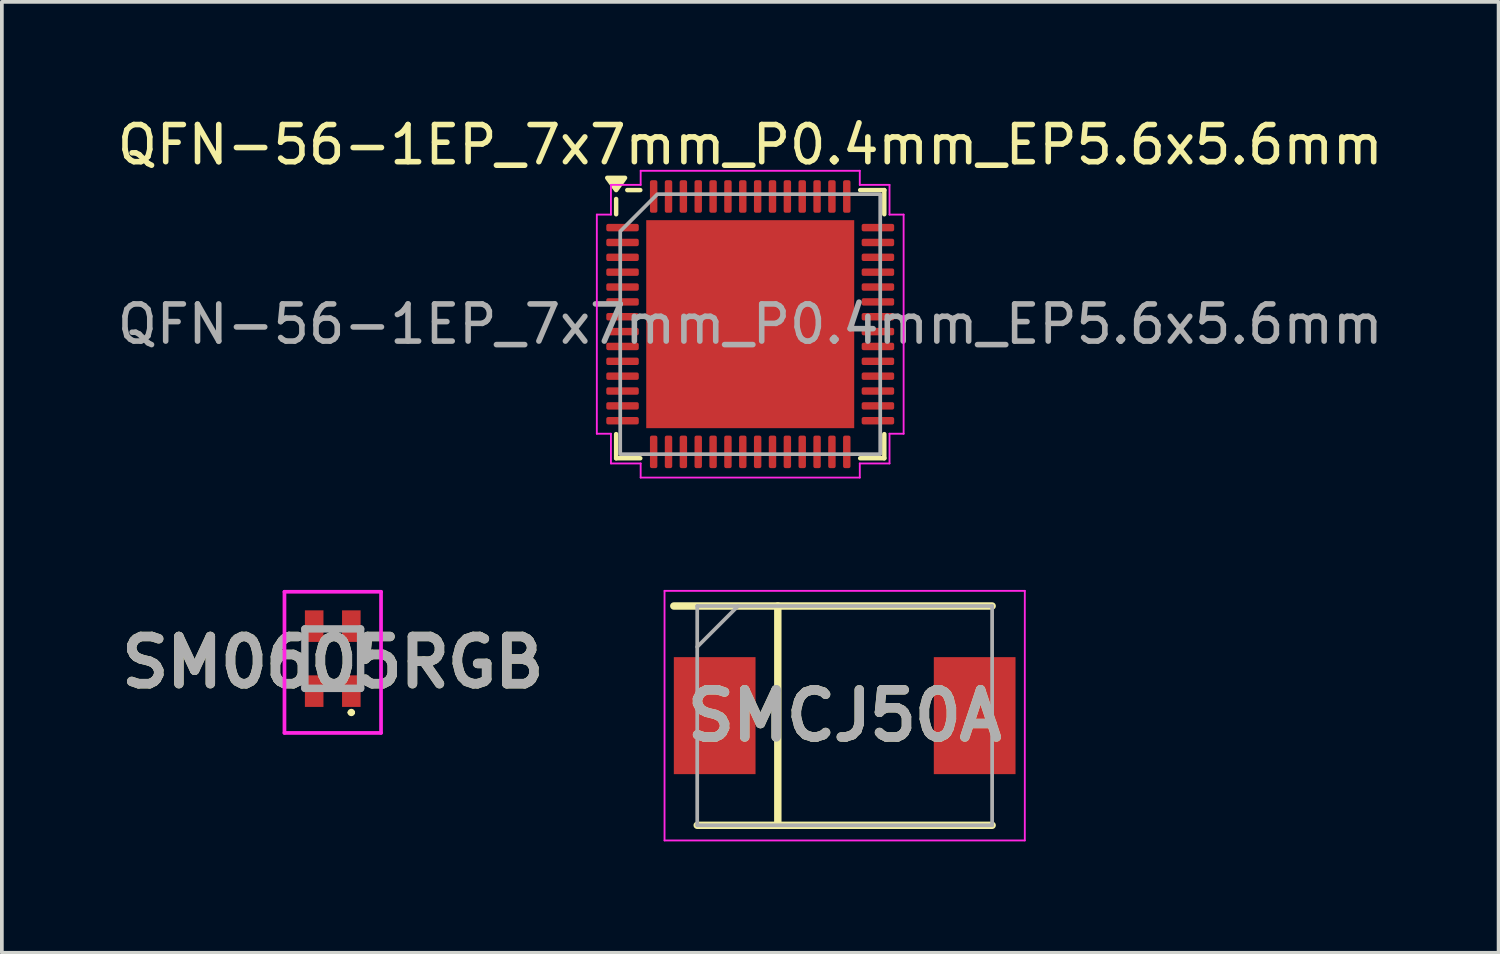
<source format=kicad_pcb>
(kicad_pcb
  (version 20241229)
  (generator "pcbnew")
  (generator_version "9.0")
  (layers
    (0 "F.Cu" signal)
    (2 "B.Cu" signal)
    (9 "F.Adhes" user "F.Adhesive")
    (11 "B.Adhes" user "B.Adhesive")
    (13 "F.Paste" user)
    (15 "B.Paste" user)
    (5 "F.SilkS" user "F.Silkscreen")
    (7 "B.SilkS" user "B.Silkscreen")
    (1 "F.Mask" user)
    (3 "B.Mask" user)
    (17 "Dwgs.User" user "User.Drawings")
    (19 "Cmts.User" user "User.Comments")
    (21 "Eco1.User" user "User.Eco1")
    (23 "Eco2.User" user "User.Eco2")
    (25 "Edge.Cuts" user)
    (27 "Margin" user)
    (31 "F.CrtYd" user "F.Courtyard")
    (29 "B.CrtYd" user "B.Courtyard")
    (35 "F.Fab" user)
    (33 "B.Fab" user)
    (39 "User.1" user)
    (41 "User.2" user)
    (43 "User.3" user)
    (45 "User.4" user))
  (footprint "SMCJ50A"
    (layer "F.Cu")
    (at 19.692 16.218)
    (property "Reference" "SMCJ50A" (at 0 0 0) (layer "F.SilkS") (effects (font (size 1.27 1.27) (thickness 0.254))))
    (attr smd)
    (fp_line (start -3.97 2.952) (end 3.97 2.952) (stroke (width 0.2) (type solid)) (layer "F.SilkS"))
    (fp_line (start -1.8 -2.952) (end -1.8 2.952) (stroke (width 0.2) (type solid)) (layer "F.SilkS"))
    (fp_line (start 3.97 -2.952) (end -4.6 -2.952) (stroke (width 0.2) (type solid)) (layer "F.SilkS"))
    (fp_line (start -4.85 -3.36) (end 4.85 -3.36) (stroke (width 0.05) (type solid)) (layer "F.CrtYd"))
    (fp_line (start -4.85 3.36) (end -4.85 -3.36) (stroke (width 0.05) (type solid)) (layer "F.CrtYd"))
    (fp_line (start 4.85 -3.36) (end 4.85 3.36) (stroke (width 0.05) (type solid)) (layer "F.CrtYd"))
    (fp_line (start 4.85 3.36) (end -4.85 3.36) (stroke (width 0.05) (type solid)) (layer "F.CrtYd"))
    (fp_line (start -3.97 -2.952) (end 3.97 -2.952) (stroke (width 0.1) (type solid)) (layer "F.Fab"))
    (fp_line (start -3.97 -1.852) (end -2.87 -2.952) (stroke (width 0.1) (type solid)) (layer "F.Fab"))
    (fp_line (start -3.97 2.952) (end -3.97 -2.952) (stroke (width 0.1) (type solid)) (layer "F.Fab"))
    (fp_line (start 3.97 -2.952) (end 3.97 2.952) (stroke (width 0.1) (type solid)) (layer "F.Fab"))
    (fp_line (start 3.97 2.952) (end -3.97 2.952) (stroke (width 0.1) (type solid)) (layer "F.Fab"))
    (fp_text user "${REFERENCE}" (at 0 0 0) (layer "F.Fab") (effects (font (size 1.27 1.27) (thickness 0.254))))
    (pad "1" smd rect (at -3.5 0) (size 2.2 3.15) (layers "F.Cu" "F.Mask" "F.Paste"))
    (pad "2" smd rect (at 3.5 0) (size 2.2 3.15) (layers "F.Cu" "F.Mask" "F.Paste")))
  (footprint "QFN-56-1EP_7x7mm_P0.4mm_EP5.6x5.6mm"
    (layer "F.Cu")
    (at 17.149 5.678)
    (property "Reference" "QFN-56-1EP_7x7mm_P0.4mm_EP5.6x5.6mm" (at 0 -4.83 0) (layer "F.SilkS") (effects (font (size 1 1) (thickness 0.15))))
    (attr smd)
    (fp_line (start -3.61 -2.96) (end -3.61 -3.37) (stroke (width 0.12) (type solid)) (layer "F.SilkS"))
    (fp_line (start -3.61 3.61) (end -3.61 2.96) (stroke (width 0.12) (type solid)) (layer "F.SilkS"))
    (fp_line (start -2.96 -3.61) (end -3.31 -3.61) (stroke (width 0.12) (type solid)) (layer "F.SilkS"))
    (fp_line (start -2.96 3.61) (end -3.61 3.61) (stroke (width 0.12) (type solid)) (layer "F.SilkS"))
    (fp_line (start 2.96 -3.61) (end 3.61 -3.61) (stroke (width 0.12) (type solid)) (layer "F.SilkS"))
    (fp_line (start 2.96 3.61) (end 3.61 3.61) (stroke (width 0.12) (type solid)) (layer "F.SilkS"))
    (fp_line (start 3.61 -3.61) (end 3.61 -2.96) (stroke (width 0.12) (type solid)) (layer "F.SilkS"))
    (fp_line (start 3.61 3.61) (end 3.61 2.96) (stroke (width 0.12) (type solid)) (layer "F.SilkS"))
    (fp_poly (pts (xy -3.61 -3.61) (xy -3.85 -3.94) (xy -3.37 -3.94)) (stroke (width 0.12) (type solid)) (fill yes) (layer "F.SilkS"))
    (fp_line (start -4.13 -2.95) (end -3.75 -2.95) (stroke (width 0.05) (type solid)) (layer "F.CrtYd"))
    (fp_line (start -4.13 2.95) (end -4.13 -2.95) (stroke (width 0.05) (type solid)) (layer "F.CrtYd"))
    (fp_line (start -3.75 -3.75) (end -2.95 -3.75) (stroke (width 0.05) (type solid)) (layer "F.CrtYd"))
    (fp_line (start -3.75 -2.95) (end -3.75 -3.75) (stroke (width 0.05) (type solid)) (layer "F.CrtYd"))
    (fp_line (start -3.75 2.95) (end -4.13 2.95) (stroke (width 0.05) (type solid)) (layer "F.CrtYd"))
    (fp_line (start -3.75 3.75) (end -3.75 2.95) (stroke (width 0.05) (type solid)) (layer "F.CrtYd"))
    (fp_line (start -2.95 -4.13) (end 2.95 -4.13) (stroke (width 0.05) (type solid)) (layer "F.CrtYd"))
    (fp_line (start -2.95 -3.75) (end -2.95 -4.13) (stroke (width 0.05) (type solid)) (layer "F.CrtYd"))
    (fp_line (start -2.95 3.75) (end -3.75 3.75) (stroke (width 0.05) (type solid)) (layer "F.CrtYd"))
    (fp_line (start -2.95 4.13) (end -2.95 3.75) (stroke (width 0.05) (type solid)) (layer "F.CrtYd"))
    (fp_line (start 2.95 -4.13) (end 2.95 -3.75) (stroke (width 0.05) (type solid)) (layer "F.CrtYd"))
    (fp_line (start 2.95 -3.75) (end 3.75 -3.75) (stroke (width 0.05) (type solid)) (layer "F.CrtYd"))
    (fp_line (start 2.95 3.75) (end 2.95 4.13) (stroke (width 0.05) (type solid)) (layer "F.CrtYd"))
    (fp_line (start 2.95 4.13) (end -2.95 4.13) (stroke (width 0.05) (type solid)) (layer "F.CrtYd"))
    (fp_line (start 3.75 -3.75) (end 3.75 -2.95) (stroke (width 0.05) (type solid)) (layer "F.CrtYd"))
    (fp_line (start 3.75 -2.95) (end 4.13 -2.95) (stroke (width 0.05) (type solid)) (layer "F.CrtYd"))
    (fp_line (start 3.75 2.95) (end 3.75 3.75) (stroke (width 0.05) (type solid)) (layer "F.CrtYd"))
    (fp_line (start 3.75 3.75) (end 2.95 3.75) (stroke (width 0.05) (type solid)) (layer "F.CrtYd"))
    (fp_line (start 4.13 -2.95) (end 4.13 2.95) (stroke (width 0.05) (type solid)) (layer "F.CrtYd"))
    (fp_line (start 4.13 2.95) (end 3.75 2.95) (stroke (width 0.05) (type solid)) (layer "F.CrtYd"))
    (fp_poly (pts (xy -3.5 -2.5) (xy -3.5 3.5) (xy 3.5 3.5) (xy 3.5 -3.5) (xy -2.5 -3.5)) (stroke (width 0.1) (type solid)) (fill no) (layer "F.Fab"))
    (fp_text user "${REFERENCE}" (at 0 0 0) (layer "F.Fab") (effects (font (size 1 1) (thickness 0.15))))
    (pad "" smd roundrect (at -2.1 -2.1) (size 1.13 1.13) (layers "F.Paste") (roundrect_rratio 0.221))
    (pad "" smd roundrect (at -2.1 -0.7) (size 1.13 1.13) (layers "F.Paste") (roundrect_rratio 0.221))
    (pad "" smd roundrect (at -2.1 0.7) (size 1.13 1.13) (layers "F.Paste") (roundrect_rratio 0.221))
    (pad "" smd roundrect (at -2.1 2.1) (size 1.13 1.13) (layers "F.Paste") (roundrect_rratio 0.221))
    (pad "" smd roundrect (at -0.7 -2.1) (size 1.13 1.13) (layers "F.Paste") (roundrect_rratio 0.221))
    (pad "" smd roundrect (at -0.7 -0.7) (size 1.13 1.13) (layers "F.Paste") (roundrect_rratio 0.221))
    (pad "" smd roundrect (at -0.7 0.7) (size 1.13 1.13) (layers "F.Paste") (roundrect_rratio 0.221))
    (pad "" smd roundrect (at -0.7 2.1) (size 1.13 1.13) (layers "F.Paste") (roundrect_rratio 0.221))
    (pad "" smd roundrect (at 0.7 -2.1) (size 1.13 1.13) (layers "F.Paste") (roundrect_rratio 0.221))
    (pad "" smd roundrect (at 0.7 -0.7) (size 1.13 1.13) (layers "F.Paste") (roundrect_rratio 0.221))
    (pad "" smd roundrect (at 0.7 0.7) (size 1.13 1.13) (layers "F.Paste") (roundrect_rratio 0.221))
    (pad "" smd roundrect (at 0.7 2.1) (size 1.13 1.13) (layers "F.Paste") (roundrect_rratio 0.221))
    (pad "" smd roundrect (at 2.1 -2.1) (size 1.13 1.13) (layers "F.Paste") (roundrect_rratio 0.221))
    (pad "" smd roundrect (at 2.1 -0.7) (size 1.13 1.13) (layers "F.Paste") (roundrect_rratio 0.221))
    (pad "" smd roundrect (at 2.1 0.7) (size 1.13 1.13) (layers "F.Paste") (roundrect_rratio 0.221))
    (pad "" smd roundrect (at 2.1 2.1) (size 1.13 1.13) (layers "F.Paste") (roundrect_rratio 0.221))
    (pad "1" smd roundrect (at -3.438 -2.6) (size 0.875 0.2) (layers "F.Cu" "F.Mask" "F.Paste") (roundrect_rratio 0.25))
    (pad "2" smd roundrect (at -3.438 -2.2) (size 0.875 0.2) (layers "F.Cu" "F.Mask" "F.Paste") (roundrect_rratio 0.25))
    (pad "3" smd roundrect (at -3.438 -1.8) (size 0.875 0.2) (layers "F.Cu" "F.Mask" "F.Paste") (roundrect_rratio 0.25))
    (pad "4" smd roundrect (at -3.438 -1.4) (size 0.875 0.2) (layers "F.Cu" "F.Mask" "F.Paste") (roundrect_rratio 0.25))
    (pad "5" smd roundrect (at -3.438 -1) (size 0.875 0.2) (layers "F.Cu" "F.Mask" "F.Paste") (roundrect_rratio 0.25))
    (pad "6" smd roundrect (at -3.438 -0.6) (size 0.875 0.2) (layers "F.Cu" "F.Mask" "F.Paste") (roundrect_rratio 0.25))
    (pad "7" smd roundrect (at -3.438 -0.2) (size 0.875 0.2) (layers "F.Cu" "F.Mask" "F.Paste") (roundrect_rratio 0.25))
    (pad "8" smd roundrect (at -3.438 0.2) (size 0.875 0.2) (layers "F.Cu" "F.Mask" "F.Paste") (roundrect_rratio 0.25))
    (pad "9" smd roundrect (at -3.438 0.6) (size 0.875 0.2) (layers "F.Cu" "F.Mask" "F.Paste") (roundrect_rratio 0.25))
    (pad "10" smd roundrect (at -3.438 1) (size 0.875 0.2) (layers "F.Cu" "F.Mask" "F.Paste") (roundrect_rratio 0.25))
    (pad "11" smd roundrect (at -3.438 1.4) (size 0.875 0.2) (layers "F.Cu" "F.Mask" "F.Paste") (roundrect_rratio 0.25))
    (pad "12" smd roundrect (at -3.438 1.8) (size 0.875 0.2) (layers "F.Cu" "F.Mask" "F.Paste") (roundrect_rratio 0.25))
    (pad "13" smd roundrect (at -3.438 2.2) (size 0.875 0.2) (layers "F.Cu" "F.Mask" "F.Paste") (roundrect_rratio 0.25))
    (pad "14" smd roundrect (at -3.438 2.6) (size 0.875 0.2) (layers "F.Cu" "F.Mask" "F.Paste") (roundrect_rratio 0.25))
    (pad "15" smd roundrect (at -2.6 3.438) (size 0.2 0.875) (layers "F.Cu" "F.Mask" "F.Paste") (roundrect_rratio 0.25))
    (pad "16" smd roundrect (at -2.2 3.438) (size 0.2 0.875) (layers "F.Cu" "F.Mask" "F.Paste") (roundrect_rratio 0.25))
    (pad "17" smd roundrect (at -1.8 3.438) (size 0.2 0.875) (layers "F.Cu" "F.Mask" "F.Paste") (roundrect_rratio 0.25))
    (pad "18" smd roundrect (at -1.4 3.438) (size 0.2 0.875) (layers "F.Cu" "F.Mask" "F.Paste") (roundrect_rratio 0.25))
    (pad "19" smd roundrect (at -1 3.438) (size 0.2 0.875) (layers "F.Cu" "F.Mask" "F.Paste") (roundrect_rratio 0.25))
    (pad "20" smd roundrect (at -0.6 3.438) (size 0.2 0.875) (layers "F.Cu" "F.Mask" "F.Paste") (roundrect_rratio 0.25))
    (pad "21" smd roundrect (at -0.2 3.438) (size 0.2 0.875) (layers "F.Cu" "F.Mask" "F.Paste") (roundrect_rratio 0.25))
    (pad "22" smd roundrect (at 0.2 3.438) (size 0.2 0.875) (layers "F.Cu" "F.Mask" "F.Paste") (roundrect_rratio 0.25))
    (pad "23" smd roundrect (at 0.6 3.438) (size 0.2 0.875) (layers "F.Cu" "F.Mask" "F.Paste") (roundrect_rratio 0.25))
    (pad "24" smd roundrect (at 1 3.438) (size 0.2 0.875) (layers "F.Cu" "F.Mask" "F.Paste") (roundrect_rratio 0.25))
    (pad "25" smd roundrect (at 1.4 3.438) (size 0.2 0.875) (layers "F.Cu" "F.Mask" "F.Paste") (roundrect_rratio 0.25))
    (pad "26" smd roundrect (at 1.8 3.438) (size 0.2 0.875) (layers "F.Cu" "F.Mask" "F.Paste") (roundrect_rratio 0.25))
    (pad "27" smd roundrect (at 2.2 3.438) (size 0.2 0.875) (layers "F.Cu" "F.Mask" "F.Paste") (roundrect_rratio 0.25))
    (pad "28" smd roundrect (at 2.6 3.438) (size 0.2 0.875) (layers "F.Cu" "F.Mask" "F.Paste") (roundrect_rratio 0.25))
    (pad "29" smd roundrect (at 3.438 2.6) (size 0.875 0.2) (layers "F.Cu" "F.Mask" "F.Paste") (roundrect_rratio 0.25))
    (pad "30" smd roundrect (at 3.438 2.2) (size 0.875 0.2) (layers "F.Cu" "F.Mask" "F.Paste") (roundrect_rratio 0.25))
    (pad "31" smd roundrect (at 3.438 1.8) (size 0.875 0.2) (layers "F.Cu" "F.Mask" "F.Paste") (roundrect_rratio 0.25))
    (pad "32" smd roundrect (at 3.438 1.4) (size 0.875 0.2) (layers "F.Cu" "F.Mask" "F.Paste") (roundrect_rratio 0.25))
    (pad "33" smd roundrect (at 3.438 1) (size 0.875 0.2) (layers "F.Cu" "F.Mask" "F.Paste") (roundrect_rratio 0.25))
    (pad "34" smd roundrect (at 3.438 0.6) (size 0.875 0.2) (layers "F.Cu" "F.Mask" "F.Paste") (roundrect_rratio 0.25))
    (pad "35" smd roundrect (at 3.438 0.2) (size 0.875 0.2) (layers "F.Cu" "F.Mask" "F.Paste") (roundrect_rratio 0.25))
    (pad "36" smd roundrect (at 3.438 -0.2) (size 0.875 0.2) (layers "F.Cu" "F.Mask" "F.Paste") (roundrect_rratio 0.25))
    (pad "37" smd roundrect (at 3.438 -0.6) (size 0.875 0.2) (layers "F.Cu" "F.Mask" "F.Paste") (roundrect_rratio 0.25))
    (pad "38" smd roundrect (at 3.438 -1) (size 0.875 0.2) (layers "F.Cu" "F.Mask" "F.Paste") (roundrect_rratio 0.25))
    (pad "39" smd roundrect (at 3.438 -1.4) (size 0.875 0.2) (layers "F.Cu" "F.Mask" "F.Paste") (roundrect_rratio 0.25))
    (pad "40" smd roundrect (at 3.438 -1.8) (size 0.875 0.2) (layers "F.Cu" "F.Mask" "F.Paste") (roundrect_rratio 0.25))
    (pad "41" smd roundrect (at 3.438 -2.2) (size 0.875 0.2) (layers "F.Cu" "F.Mask" "F.Paste") (roundrect_rratio 0.25))
    (pad "42" smd roundrect (at 3.438 -2.6) (size 0.875 0.2) (layers "F.Cu" "F.Mask" "F.Paste") (roundrect_rratio 0.25))
    (pad "43" smd roundrect (at 2.6 -3.438) (size 0.2 0.875) (layers "F.Cu" "F.Mask" "F.Paste") (roundrect_rratio 0.25))
    (pad "44" smd roundrect (at 2.2 -3.438) (size 0.2 0.875) (layers "F.Cu" "F.Mask" "F.Paste") (roundrect_rratio 0.25))
    (pad "45" smd roundrect (at 1.8 -3.438) (size 0.2 0.875) (layers "F.Cu" "F.Mask" "F.Paste") (roundrect_rratio 0.25))
    (pad "46" smd roundrect (at 1.4 -3.438) (size 0.2 0.875) (layers "F.Cu" "F.Mask" "F.Paste") (roundrect_rratio 0.25))
    (pad "47" smd roundrect (at 1 -3.438) (size 0.2 0.875) (layers "F.Cu" "F.Mask" "F.Paste") (roundrect_rratio 0.25))
    (pad "48" smd roundrect (at 0.6 -3.438) (size 0.2 0.875) (layers "F.Cu" "F.Mask" "F.Paste") (roundrect_rratio 0.25))
    (pad "49" smd roundrect (at 0.2 -3.438) (size 0.2 0.875) (layers "F.Cu" "F.Mask" "F.Paste") (roundrect_rratio 0.25))
    (pad "50" smd roundrect (at -0.2 -3.438) (size 0.2 0.875) (layers "F.Cu" "F.Mask" "F.Paste") (roundrect_rratio 0.25))
    (pad "51" smd roundrect (at -0.6 -3.438) (size 0.2 0.875) (layers "F.Cu" "F.Mask" "F.Paste") (roundrect_rratio 0.25))
    (pad "52" smd roundrect (at -1 -3.438) (size 0.2 0.875) (layers "F.Cu" "F.Mask" "F.Paste") (roundrect_rratio 0.25))
    (pad "53" smd roundrect (at -1.4 -3.438) (size 0.2 0.875) (layers "F.Cu" "F.Mask" "F.Paste") (roundrect_rratio 0.25))
    (pad "54" smd roundrect (at -1.8 -3.438) (size 0.2 0.875) (layers "F.Cu" "F.Mask" "F.Paste") (roundrect_rratio 0.25))
    (pad "55" smd roundrect (at -2.2 -3.438) (size 0.2 0.875) (layers "F.Cu" "F.Mask" "F.Paste") (roundrect_rratio 0.25))
    (pad "56" smd roundrect (at -2.6 -3.438) (size 0.2 0.875) (layers "F.Cu" "F.Mask" "F.Paste") (roundrect_rratio 0.25))
    (pad "57" smd rect (at 0 0) (size 5.6 5.6) (property pad_prop_heatsink) (layers "F.Cu" "F.Mask")))
  (footprint "SM0605RGB"
    (layer "F.Cu")
    (at 5.909 14.683)
    (property "Reference" "SM0605RGB" (at 0 0.1 0) (layer "F.SilkS") (effects (font (size 1.27 1.27) (thickness 0.254))))
    (attr smd)
    (fp_line (start -0.75 -0.2) (end -0.75 0.2) (stroke (width 0.1) (type solid)) (layer "F.SilkS"))
    (fp_line (start -0.1 -0.8) (end 0.1 -0.8) (stroke (width 0.1) (type solid)) (layer "F.SilkS"))
    (fp_line (start -0.1 0.8) (end 0.1 0.8) (stroke (width 0.1) (type solid)) (layer "F.SilkS"))
    (fp_line (start 0.45 1.45) (end 0.45 1.45) (stroke (width 0.1) (type solid)) (layer "F.SilkS"))
    (fp_line (start 0.55 1.45) (end 0.55 1.45) (stroke (width 0.1) (type solid)) (layer "F.SilkS"))
    (fp_line (start 0.75 -0.2) (end 0.75 0.2) (stroke (width 0.1) (type solid)) (layer "F.SilkS"))
    (fp_arc (start 0.45 1.45) (mid 0.5 1.4) (end 0.55 1.45) (stroke (width 0.1) (type solid)) (layer "F.SilkS"))
    (fp_arc (start 0.55 1.45) (mid 0.5 1.5) (end 0.45 1.45) (stroke (width 0.1) (type solid)) (layer "F.SilkS"))
    (fp_line (start -1.3 -1.8) (end 1.3 -1.8) (stroke (width 0.1) (type solid)) (layer "F.CrtYd"))
    (fp_line (start -1.3 2) (end -1.3 -1.8) (stroke (width 0.1) (type solid)) (layer "F.CrtYd"))
    (fp_line (start 1.3 -1.8) (end 1.3 2) (stroke (width 0.1) (type solid)) (layer "F.CrtYd"))
    (fp_line (start 1.3 2) (end -1.3 2) (stroke (width 0.1) (type solid)) (layer "F.CrtYd"))
    (fp_line (start -0.75 -0.8) (end 0.75 -0.8) (stroke (width 0.2) (type solid)) (layer "F.Fab"))
    (fp_line (start -0.75 0.8) (end -0.75 -0.8) (stroke (width 0.2) (type solid)) (layer "F.Fab"))
    (fp_line (start 0.75 -0.8) (end 0.75 0.8) (stroke (width 0.2) (type solid)) (layer "F.Fab"))
    (fp_line (start 0.75 0.8) (end -0.75 0.8) (stroke (width 0.2) (type solid)) (layer "F.Fab"))
    (fp_text user "${REFERENCE}" (at 0 0.1 0) (layer "F.Fab") (effects (font (size 1.27 1.27) (thickness 0.254))))
    (pad "1" smd rect (at 0.5 0.875) (size 0.5 0.85) (layers "F.Cu" "F.Mask" "F.Paste"))
    (pad "2" smd rect (at 0.5 -0.875) (size 0.5 0.85) (layers "F.Cu" "F.Mask" "F.Paste"))
    (pad "3" smd rect (at -0.5 0.875) (size 0.5 0.85) (layers "F.Cu" "F.Mask" "F.Paste"))
    (pad "4" smd rect (at -0.5 -0.875) (size 0.5 0.85) (layers "F.Cu" "F.Mask" "F.Paste")))
  (gr_rect
    (start -3 -3)
    (end 37.298 22.603)
    (stroke (width 0.1) (type default))
    (fill no)
    (layer "Edge.Cuts")))
</source>
